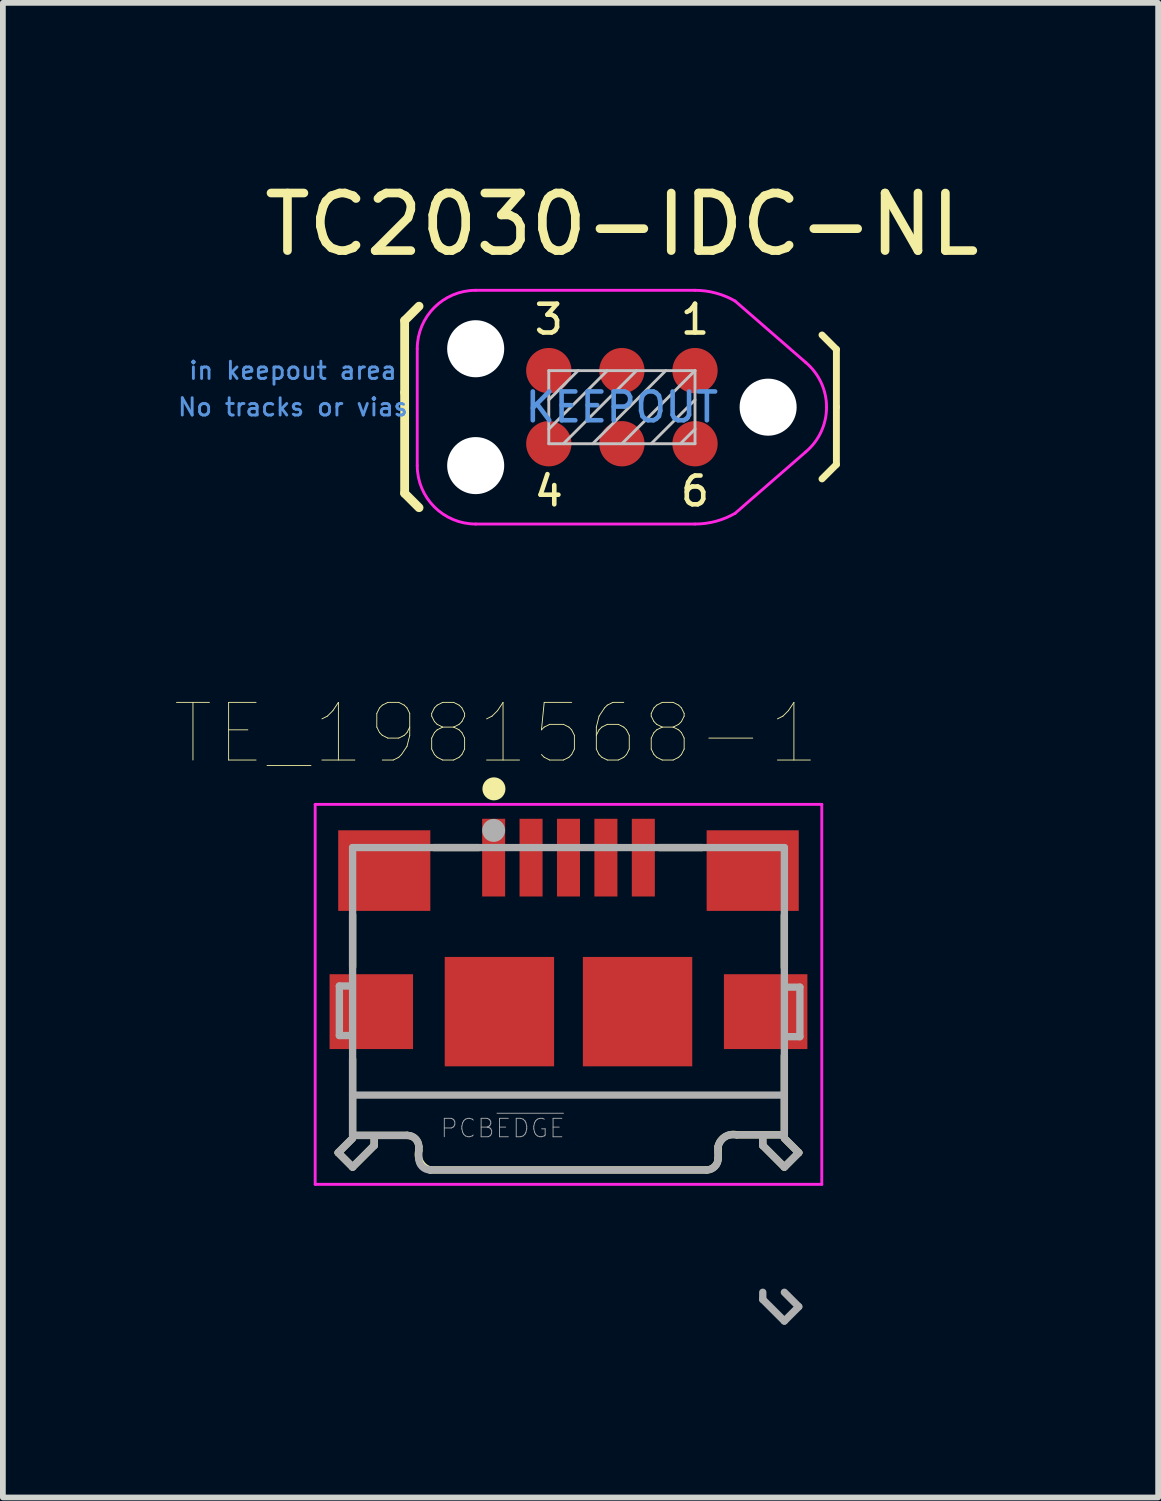
<source format=kicad_pcb>
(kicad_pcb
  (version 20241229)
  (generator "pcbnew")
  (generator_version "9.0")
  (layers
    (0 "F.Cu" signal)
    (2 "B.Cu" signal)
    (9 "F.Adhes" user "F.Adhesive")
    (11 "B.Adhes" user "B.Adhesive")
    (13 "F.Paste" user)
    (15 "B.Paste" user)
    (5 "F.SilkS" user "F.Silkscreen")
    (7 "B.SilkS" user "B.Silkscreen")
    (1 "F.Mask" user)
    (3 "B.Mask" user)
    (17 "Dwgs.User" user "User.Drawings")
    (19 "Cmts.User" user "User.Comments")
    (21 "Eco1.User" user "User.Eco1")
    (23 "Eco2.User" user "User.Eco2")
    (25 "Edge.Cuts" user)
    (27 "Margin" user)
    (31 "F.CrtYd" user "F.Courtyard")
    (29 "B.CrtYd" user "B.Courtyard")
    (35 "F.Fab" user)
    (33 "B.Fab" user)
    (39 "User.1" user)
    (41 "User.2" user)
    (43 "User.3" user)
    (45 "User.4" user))
  (footprint "TE_1981568-1"
    (layer "F.Cu")
    (at 6.825 14.523)
    (property "Reference" "TE_1981568-1" (at -1.256 -4.833 0) (layer "F.SilkS") (effects (font (size 1.001 1.001) (thickness 0.015))))
    (attr through_hole)
    (fp_line (start -4 2.45) (end -3.75 2.7) (stroke (width 0.127) (type solid)) (layer "F.SilkS"))
    (fp_line (start -3.75 -1.685) (end -3.75 -0.775) (stroke (width 0.127) (type solid)) (layer "F.SilkS"))
    (fp_line (start -3.75 0.825) (end -3.75 2.15) (stroke (width 0.127) (type solid)) (layer "F.SilkS"))
    (fp_line (start -3.75 2.15) (end -2.8 2.15) (stroke (width 0.127) (type solid)) (layer "F.SilkS"))
    (fp_line (start -3.75 2.2) (end -4 2.45) (stroke (width 0.127) (type solid)) (layer "F.SilkS"))
    (fp_line (start -3.75 2.7) (end -3.375 2.325) (stroke (width 0.127) (type solid)) (layer "F.SilkS"))
    (fp_line (start -3.375 2.325) (end -3.375 2.2) (stroke (width 0.127) (type solid)) (layer "F.SilkS"))
    (fp_line (start -2.6 2.35) (end -2.6 2.415) (stroke (width 0.127) (type solid)) (layer "F.SilkS"))
    (fp_line (start -2.4 2.75) (end 2.4 2.75) (stroke (width 0.127) (type solid)) (layer "F.SilkS"))
    (fp_line (start -2.34 -2.85) (end -1.56 -2.85) (stroke (width 0.127) (type solid)) (layer "F.SilkS"))
    (fp_line (start 1.58 -2.85) (end 2.32 -2.85) (stroke (width 0.127) (type solid)) (layer "F.SilkS"))
    (fp_line (start 2.6 2.54) (end 2.6 2.34) (stroke (width 0.127) (type solid)) (layer "F.SilkS"))
    (fp_line (start 2.925 2.14) (end 3.75 2.14) (stroke (width 0.127) (type solid)) (layer "F.SilkS"))
    (fp_line (start 3.375 2.325) (end 3.375 2.2) (stroke (width 0.127) (type solid)) (layer "F.SilkS"))
    (fp_line (start 3.75 -1.675) (end 3.75 -0.765) (stroke (width 0.127) (type solid)) (layer "F.SilkS"))
    (fp_line (start 3.75 2.14) (end 3.75 0.765) (stroke (width 0.127) (type solid)) (layer "F.SilkS"))
    (fp_line (start 3.75 2.2) (end 4 2.45) (stroke (width 0.127) (type solid)) (layer "F.SilkS"))
    (fp_line (start 3.75 2.7) (end 3.375 2.325) (stroke (width 0.127) (type solid)) (layer "F.SilkS"))
    (fp_line (start 4 2.45) (end 3.75 2.7) (stroke (width 0.127) (type solid)) (layer "F.SilkS"))
    (fp_arc (start -2.8 2.15) (mid -2.658579 2.208579) (end -2.6 2.35) (stroke (width 0.127) (type solid)) (layer "F.SilkS"))
    (fp_arc (start -2.4 2.75) (mid -2.569381 2.623921) (end -2.6 2.415) (stroke (width 0.127) (type solid)) (layer "F.SilkS"))
    (fp_arc (start 2.6 2.34) (mid 2.721079 2.17269) (end 2.925 2.14) (stroke (width 0.127) (type solid)) (layer "F.SilkS"))
    (fp_arc (start 2.6 2.54) (mid 2.543492 2.686421) (end 2.4 2.75) (stroke (width 0.127) (type solid)) (layer "F.SilkS"))
    (fp_circle (center -1.295 -3.87) (end -1.195 -3.87) (stroke (width 0.2) (type solid)) (fill no) (layer "F.SilkS"))
    (fp_line (start -4.4 -3.6) (end -4.4 3) (stroke (width 0.05) (type solid)) (layer "F.CrtYd"))
    (fp_line (start -4.4 3) (end 4.4 3) (stroke (width 0.05) (type solid)) (layer "F.CrtYd"))
    (fp_line (start 4.4 -3.6) (end -4.4 -3.6) (stroke (width 0.05) (type solid)) (layer "F.CrtYd"))
    (fp_line (start 4.4 3) (end 4.4 -3.6) (stroke (width 0.05) (type solid)) (layer "F.CrtYd"))
    (fp_line (start -4 2.45) (end -3.75 2.7) (stroke (width 0.127) (type solid)) (layer "F.Fab"))
    (fp_line (start -3.98 -0.445) (end -3.98 0.415) (stroke (width 0.127) (type solid)) (layer "F.Fab"))
    (fp_line (start -3.98 0.415) (end -3.78 0.415) (stroke (width 0.127) (type solid)) (layer "F.Fab"))
    (fp_line (start -3.76 -0.445) (end -3.98 -0.445) (stroke (width 0.127) (type solid)) (layer "F.Fab"))
    (fp_line (start -3.75 -2.85) (end -3.75 1.45) (stroke (width 0.127) (type solid)) (layer "F.Fab"))
    (fp_line (start -3.75 1.45) (end -3.75 2.15) (stroke (width 0.127) (type solid)) (layer "F.Fab"))
    (fp_line (start -3.75 1.45) (end 3.75 1.45) (stroke (width 0.127) (type solid)) (layer "F.Fab"))
    (fp_line (start -3.75 2.15) (end -2.8 2.15) (stroke (width 0.127) (type solid)) (layer "F.Fab"))
    (fp_line (start -3.75 2.2) (end -4 2.45) (stroke (width 0.127) (type solid)) (layer "F.Fab"))
    (fp_line (start -3.75 2.7) (end -3.375 2.325) (stroke (width 0.127) (type solid)) (layer "F.Fab"))
    (fp_line (start -3.375 2.325) (end -3.375 2.2) (stroke (width 0.127) (type solid)) (layer "F.Fab"))
    (fp_line (start -2.6 2.35) (end -2.6 2.55) (stroke (width 0.127) (type solid)) (layer "F.Fab"))
    (fp_line (start 2.4 2.75) (end -2.4 2.75) (stroke (width 0.127) (type solid)) (layer "F.Fab"))
    (fp_line (start 2.6 2.465) (end 2.6 2.55) (stroke (width 0.127) (type solid)) (layer "F.Fab"))
    (fp_line (start 3.375 2.325) (end 3.375 2.2) (stroke (width 0.127) (type solid)) (layer "F.Fab"))
    (fp_line (start 3.375 5) (end 3.375 4.875) (stroke (width 0.127) (type solid)) (layer "F.Fab"))
    (fp_line (start 3.75 -2.85) (end -3.75 -2.85) (stroke (width 0.127) (type solid)) (layer "F.Fab"))
    (fp_line (start 3.75 1.45) (end 3.75 -2.85) (stroke (width 0.127) (type solid)) (layer "F.Fab"))
    (fp_line (start 3.75 2.14) (end 2.8 2.14) (stroke (width 0.127) (type solid)) (layer "F.Fab"))
    (fp_line (start 3.75 2.14) (end 3.75 1.45) (stroke (width 0.127) (type solid)) (layer "F.Fab"))
    (fp_line (start 3.75 2.2) (end 4 2.45) (stroke (width 0.127) (type solid)) (layer "F.Fab"))
    (fp_line (start 3.75 2.7) (end 3.375 2.325) (stroke (width 0.127) (type solid)) (layer "F.Fab"))
    (fp_line (start 3.75 4.875) (end 4 5.125) (stroke (width 0.127) (type solid)) (layer "F.Fab"))
    (fp_line (start 3.75 5.375) (end 3.375 5) (stroke (width 0.127) (type solid)) (layer "F.Fab"))
    (fp_line (start 3.76 -0.425) (end 4.02 -0.425) (stroke (width 0.127) (type solid)) (layer "F.Fab"))
    (fp_line (start 4 2.45) (end 3.75 2.7) (stroke (width 0.127) (type solid)) (layer "F.Fab"))
    (fp_line (start 4 5.125) (end 3.75 5.375) (stroke (width 0.127) (type solid)) (layer "F.Fab"))
    (fp_line (start 4.02 -0.425) (end 4.02 0.435) (stroke (width 0.127) (type solid)) (layer "F.Fab"))
    (fp_line (start 4.02 0.435) (end 3.77 0.435) (stroke (width 0.127) (type solid)) (layer "F.Fab"))
    (fp_arc (start -2.8 2.15) (mid -2.658579 2.208579) (end -2.6 2.35) (stroke (width 0.127) (type solid)) (layer "F.Fab"))
    (fp_arc (start -2.4 2.75) (mid -2.541421 2.691421) (end -2.6 2.55) (stroke (width 0.127) (type solid)) (layer "F.Fab"))
    (fp_arc (start 2.6 2.465) (mid 2.63269 2.261079) (end 2.8 2.14) (stroke (width 0.127) (type solid)) (layer "F.Fab"))
    (fp_arc (start 2.6 2.55) (mid 2.541421 2.691421) (end 2.4 2.75) (stroke (width 0.127) (type solid)) (layer "F.Fab"))
    (fp_circle (center -1.3 -3.148) (end -1.2 -3.148) (stroke (width 0.2) (type solid)) (fill no) (layer "F.Fab"))
    (fp_text user "PCB~{EDGE}" (at -1.144 2.026 0) (layer "F.Fab") (effects (font (size 0.32 0.32) (thickness 0.015))))
    (pad "1" smd rect (at -1.3 -2.675) (size 0.4 1.35) (layers "F.Cu" "F.Mask" "F.Paste"))
    (pad "2" smd rect (at -0.65 -2.675) (size 0.4 1.35) (layers "F.Cu" "F.Mask" "F.Paste"))
    (pad "3" smd rect (at 0 -2.675) (size 0.4 1.35) (layers "F.Cu" "F.Mask" "F.Paste"))
    (pad "4" smd rect (at 0.65 -2.675) (size 0.4 1.35) (layers "F.Cu" "F.Mask" "F.Paste"))
    (pad "5" smd rect (at 1.3 -2.675) (size 0.4 1.35) (layers "F.Cu" "F.Mask" "F.Paste"))
    (pad "6" smd rect (at -3.2 -2.45) (size 1.6 1.4) (layers "F.Cu" "F.Mask" "F.Paste"))
    (pad "7" smd rect (at 3.2 -2.45) (size 1.6 1.4) (layers "F.Cu" "F.Mask" "F.Paste"))
    (pad "8" smd rect (at 3.425 0) (size 1.45 1.3) (layers "F.Cu" "F.Mask" "F.Paste"))
    (pad "9" smd rect (at -3.425 0) (size 1.45 1.3) (layers "F.Cu" "F.Mask" "F.Paste"))
    (pad "10" smd rect (at -1.2 0) (size 1.9 1.9) (layers "F.Cu" "F.Mask" "F.Paste"))
    (pad "11" smd rect (at 1.2 0) (size 1.9 1.9) (layers "F.Cu" "F.Mask" "F.Paste")))
  (footprint "TC2030-IDC-NL"
    (layer "F.Cu")
    (at 6.229 3.769)
    (property "Reference" "TC2030-IDC-NL" (at 1.524 -2.921 180) (layer "F.SilkS") (effects (font (size 1 1) (thickness 0.15))))
    (attr exclude_from_pos_files exclude_from_bom)
    (fp_line (start -2.25 -1.25) (end -2 -1.5) (stroke (width 0.153) (type solid)) (layer "F.SilkS"))
    (fp_line (start -2.25 0) (end -2.25 -1.25) (stroke (width 0.153) (type solid)) (layer "F.SilkS"))
    (fp_line (start -2.25 0) (end -2.25 1.75) (stroke (width 0.153) (type solid)) (layer "F.SilkS"))
    (fp_line (start -2.25 1.75) (end -2 2) (stroke (width 0.153) (type solid)) (layer "F.SilkS"))
    (fp_line (start 5.25 -0.75) (end 5 -1) (stroke (width 0.12) (type solid)) (layer "F.SilkS"))
    (fp_line (start 5.25 0.25) (end 5.25 -0.75) (stroke (width 0.12) (type solid)) (layer "F.SilkS"))
    (fp_line (start 5.25 0.25) (end 5.25 1.25) (stroke (width 0.12) (type solid)) (layer "F.SilkS"))
    (fp_line (start 5.25 1.25) (end 5 1.5) (stroke (width 0.12) (type solid)) (layer "F.SilkS"))
    (fp_line (start 0.254 -0.381) (end 2.794 -0.381) (stroke (width 0.05) (type solid)) (layer "Dwgs.User"))
    (fp_line (start 0.254 0.889) (end 0.254 -0.381) (stroke (width 0.05) (type solid)) (layer "Dwgs.User"))
    (fp_line (start 0.254 0.889) (end 2.794 0.889) (stroke (width 0.05) (type solid)) (layer "Dwgs.User"))
    (fp_line (start 0.762 -0.381) (end 0.254 0.127) (stroke (width 0.05) (type solid)) (layer "Dwgs.User"))
    (fp_line (start 1.27 -0.381) (end 0.254 0.635) (stroke (width 0.05) (type solid)) (layer "Dwgs.User"))
    (fp_line (start 1.778 -0.381) (end 0.508 0.889) (stroke (width 0.05) (type solid)) (layer "Dwgs.User"))
    (fp_line (start 2.286 -0.381) (end 1.016 0.889) (stroke (width 0.05) (type solid)) (layer "Dwgs.User"))
    (fp_line (start 2.794 -0.381) (end 1.524 0.889) (stroke (width 0.05) (type solid)) (layer "Dwgs.User"))
    (fp_line (start 2.794 -0.381) (end 2.794 0.889) (stroke (width 0.05) (type solid)) (layer "Dwgs.User"))
    (fp_line (start 2.794 0.127) (end 2.032 0.889) (stroke (width 0.05) (type solid)) (layer "Dwgs.User"))
    (fp_line (start 2.794 0.635) (end 2.54 0.889) (stroke (width 0.05) (type solid)) (layer "Dwgs.User"))
    (fp_line (start -2.031 1.269) (end -2.031 -0.761) (stroke (width 0.05) (type solid)) (layer "F.CrtYd"))
    (fp_line (start -1.016 -1.776) (end 2.794 -1.776) (stroke (width 0.05) (type solid)) (layer "F.CrtYd"))
    (fp_line (start -1.016 2.284) (end 2.794 2.284) (stroke (width 0.05) (type solid)) (layer "F.CrtYd"))
    (fp_line (start 3.491 2.097) (end 4.716 1.032) (stroke (width 0.05) (type solid)) (layer "F.CrtYd"))
    (fp_line (start 4.716 -0.524) (end 3.491 -1.589) (stroke (width 0.05) (type solid)) (layer "F.CrtYd"))
    (fp_arc (start -2.031 -0.761) (mid -1.733713 -1.478713) (end -1.016 -1.776) (stroke (width 0.05) (type solid)) (layer "F.CrtYd"))
    (fp_arc (start -1.016 2.284) (mid -1.733713 1.986713) (end -2.031 1.269) (stroke (width 0.05) (type solid)) (layer "F.CrtYd"))
    (fp_arc (start 2.794 -1.776) (mid 3.155053 -1.728466) (end 3.4915 -1.589105) (stroke (width 0.05) (type solid)) (layer "F.CrtYd"))
    (fp_arc (start 3.4915 2.097105) (mid 3.155053 2.236466) (end 2.794 2.284) (stroke (width 0.05) (type solid)) (layer "F.CrtYd"))
    (fp_arc (start 4.716429 -0.523535) (mid 4.983902 -0.174958) (end 5.079 0.254) (stroke (width 0.05) (type solid)) (layer "F.CrtYd"))
    (fp_arc (start 5.079 0.254) (mid 4.983902 0.682958) (end 4.716429 1.031535) (stroke (width 0.05) (type solid)) (layer "F.CrtYd"))
    (fp_text user "1" (at 2.794 -1.27 180) (layer "F.SilkS") (effects (font (size 0.5 0.5) (thickness 0.08))))
    (fp_text user "4" (at 0.254 1.714 180) (layer "F.SilkS") (effects (font (size 0.5 0.5) (thickness 0.08))))
    (fp_text user "6" (at 2.794 1.714 180) (layer "F.SilkS") (effects (font (size 0.5 0.5) (thickness 0.08))))
    (fp_text user "3" (at 0.254 -1.27 180) (layer "F.SilkS") (effects (font (size 0.5 0.5) (thickness 0.08))))
    (fp_text user "in keepout area" (at -4.191 -0.381 180) (layer "Cmts.User") (effects (font (size 0.3 0.3) (thickness 0.05))))
    (fp_text user "No tracks or vias" (at -4.191 0.254 180) (layer "Cmts.User") (effects (font (size 0.3 0.3) (thickness 0.05))))
    (fp_text user "KEEPOUT" (at 1.524 0.254 180) (layer "Cmts.User") (effects (font (size 0.5 0.5) (thickness 0.08))))
    (pad "" np_thru_hole circle (at -1.016 -0.761 180) (size 0.991 0.991) (drill 0.991) (layers "*.Cu" "*.Mask"))
    (pad "" np_thru_hole circle (at -1.016 1.269 180) (size 0.991 0.991) (drill 0.991) (layers "*.Cu" "*.Mask"))
    (pad "" np_thru_hole circle (at 4.064 0.254 180) (size 0.991 0.991) (drill 0.991) (layers "*.Cu" "*.Mask"))
    (pad "1" smd circle (at 2.794 -0.381 180) (size 0.787 0.787) (layers "F.Cu" "F.Mask"))
    (pad "2" smd circle (at 1.524 -0.381 180) (size 0.787 0.787) (layers "F.Cu" "F.Mask"))
    (pad "3" smd circle (at 0.254 -0.381 180) (size 0.787 0.787) (layers "F.Cu" "F.Mask"))
    (pad "4" smd circle (at 0.254 0.889 180) (size 0.787 0.787) (layers "F.Cu" "F.Mask"))
    (pad "5" smd circle (at 1.524 0.889 180) (size 0.787 0.787) (layers "F.Cu" "F.Mask"))
    (pad "6" smd circle (at 2.794 0.889 180) (size 0.787 0.787) (layers "F.Cu" "F.Mask"))
    (zone (net_name "") (layer "F.Cu") (hatch edge 0.508) (connect_pads) (min_thickness 0.254) (filled_areas_thickness no) (keepout (tracks allowed) (vias allowed) (pads allowed) (copperpour not_allowed) (footprints allowed)) (placement (enabled no)) (fill) (polygon (pts (xy 6.483 3.388) (xy 9.023 3.388) (xy 9.023 4.658) (xy 6.483 4.658)))))
  (gr_rect
    (start -3 -3)
    (end 17.068 22.962)
    (stroke (width 0.1) (type default))
    (fill no)
    (layer "Edge.Cuts")))
</source>
